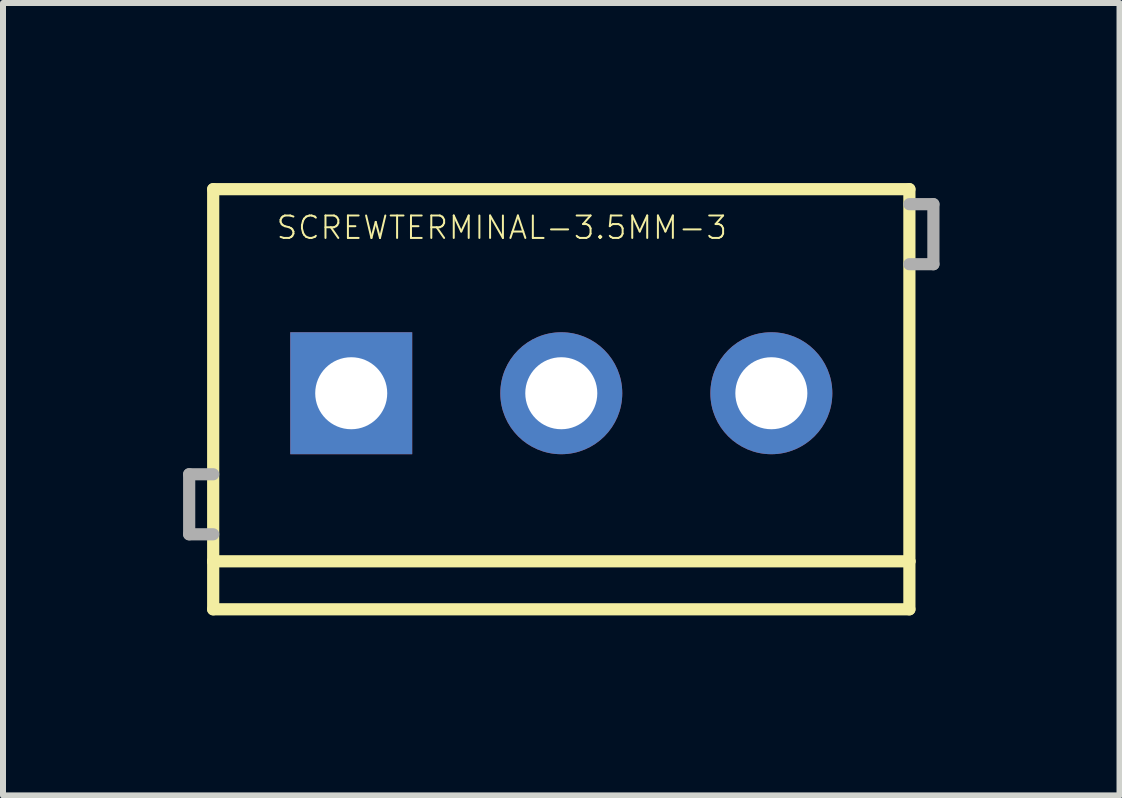
<source format=kicad_pcb>
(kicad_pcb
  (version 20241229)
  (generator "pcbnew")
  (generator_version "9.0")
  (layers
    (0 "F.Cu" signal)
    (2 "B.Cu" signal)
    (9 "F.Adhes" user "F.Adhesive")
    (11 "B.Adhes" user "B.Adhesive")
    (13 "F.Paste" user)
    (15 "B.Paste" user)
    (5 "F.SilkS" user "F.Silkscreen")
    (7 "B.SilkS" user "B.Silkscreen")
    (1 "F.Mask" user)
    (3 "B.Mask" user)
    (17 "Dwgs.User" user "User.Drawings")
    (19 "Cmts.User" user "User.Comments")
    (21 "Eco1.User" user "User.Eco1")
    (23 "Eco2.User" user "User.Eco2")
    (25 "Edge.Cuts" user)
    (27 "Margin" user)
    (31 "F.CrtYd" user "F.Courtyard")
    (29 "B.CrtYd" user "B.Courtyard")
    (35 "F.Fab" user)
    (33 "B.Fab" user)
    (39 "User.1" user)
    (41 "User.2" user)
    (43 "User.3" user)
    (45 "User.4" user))
  (footprint "SCREWTERMINAL-3.5MM-3"
    (layer "F.Cu")
    (at 2.802 3.502)
    (property "Reference" "SCREWTERMINAL-3.5MM-3" (at -1.27 -2.54 0) (unlocked yes) (layer "F.SilkS") (effects (font (size 0.374 0.374) (thickness 0.033)) (justify left bottom)))
    (fp_line (start -2.3 -3.4) (end 9.3 -3.4) (stroke (width 0.203) (type solid)) (layer "F.SilkS"))
    (fp_line (start -2.3 2.8) (end -2.3 -3.4) (stroke (width 0.203) (type solid)) (layer "F.SilkS"))
    (fp_line (start -2.3 3.6) (end -2.3 2.8) (stroke (width 0.203) (type solid)) (layer "F.SilkS"))
    (fp_line (start 9.3 -3.4) (end 9.3 2.8) (stroke (width 0.203) (type solid)) (layer "F.SilkS"))
    (fp_line (start 9.3 2.8) (end -2.3 2.8) (stroke (width 0.203) (type solid)) (layer "F.SilkS"))
    (fp_line (start 9.3 2.8) (end 9.3 3.6) (stroke (width 0.203) (type solid)) (layer "F.SilkS"))
    (fp_line (start 9.3 3.6) (end -2.3 3.6) (stroke (width 0.203) (type solid)) (layer "F.SilkS"))
    (fp_line (start -2.7 1.35) (end -2.7 2.35) (stroke (width 0.203) (type solid)) (layer "F.Fab"))
    (fp_line (start -2.7 2.35) (end -2.3 2.35) (stroke (width 0.203) (type solid)) (layer "F.Fab"))
    (fp_line (start -2.3 1.35) (end -2.7 1.35) (stroke (width 0.203) (type solid)) (layer "F.Fab"))
    (fp_line (start 9.3 -3.15) (end 9.7 -3.15) (stroke (width 0.203) (type solid)) (layer "F.Fab"))
    (fp_line (start 9.7 -3.15) (end 9.7 -2.15) (stroke (width 0.203) (type solid)) (layer "F.Fab"))
    (fp_line (start 9.7 -2.15) (end 9.3 -2.15) (stroke (width 0.203) (type solid)) (layer "F.Fab"))
    (pad "1" thru_hole rect (at 0 0) (size 2.032 2.032) (drill 1.2) (layers "*.Cu" "*.Mask"))
    (pad "2" thru_hole circle (at 3.5 0) (size 2.032 2.032) (drill 1.2) (layers "*.Cu" "*.Mask"))
    (pad "3" thru_hole circle (at 7 0) (size 2.032 2.032) (drill 1.2) (layers "*.Cu" "*.Mask")))
  (gr_rect
    (start -3 -3)
    (end 15.603 10.203)
    (stroke (width 0.1) (type default))
    (fill no)
    (layer "Edge.Cuts")))
</source>
